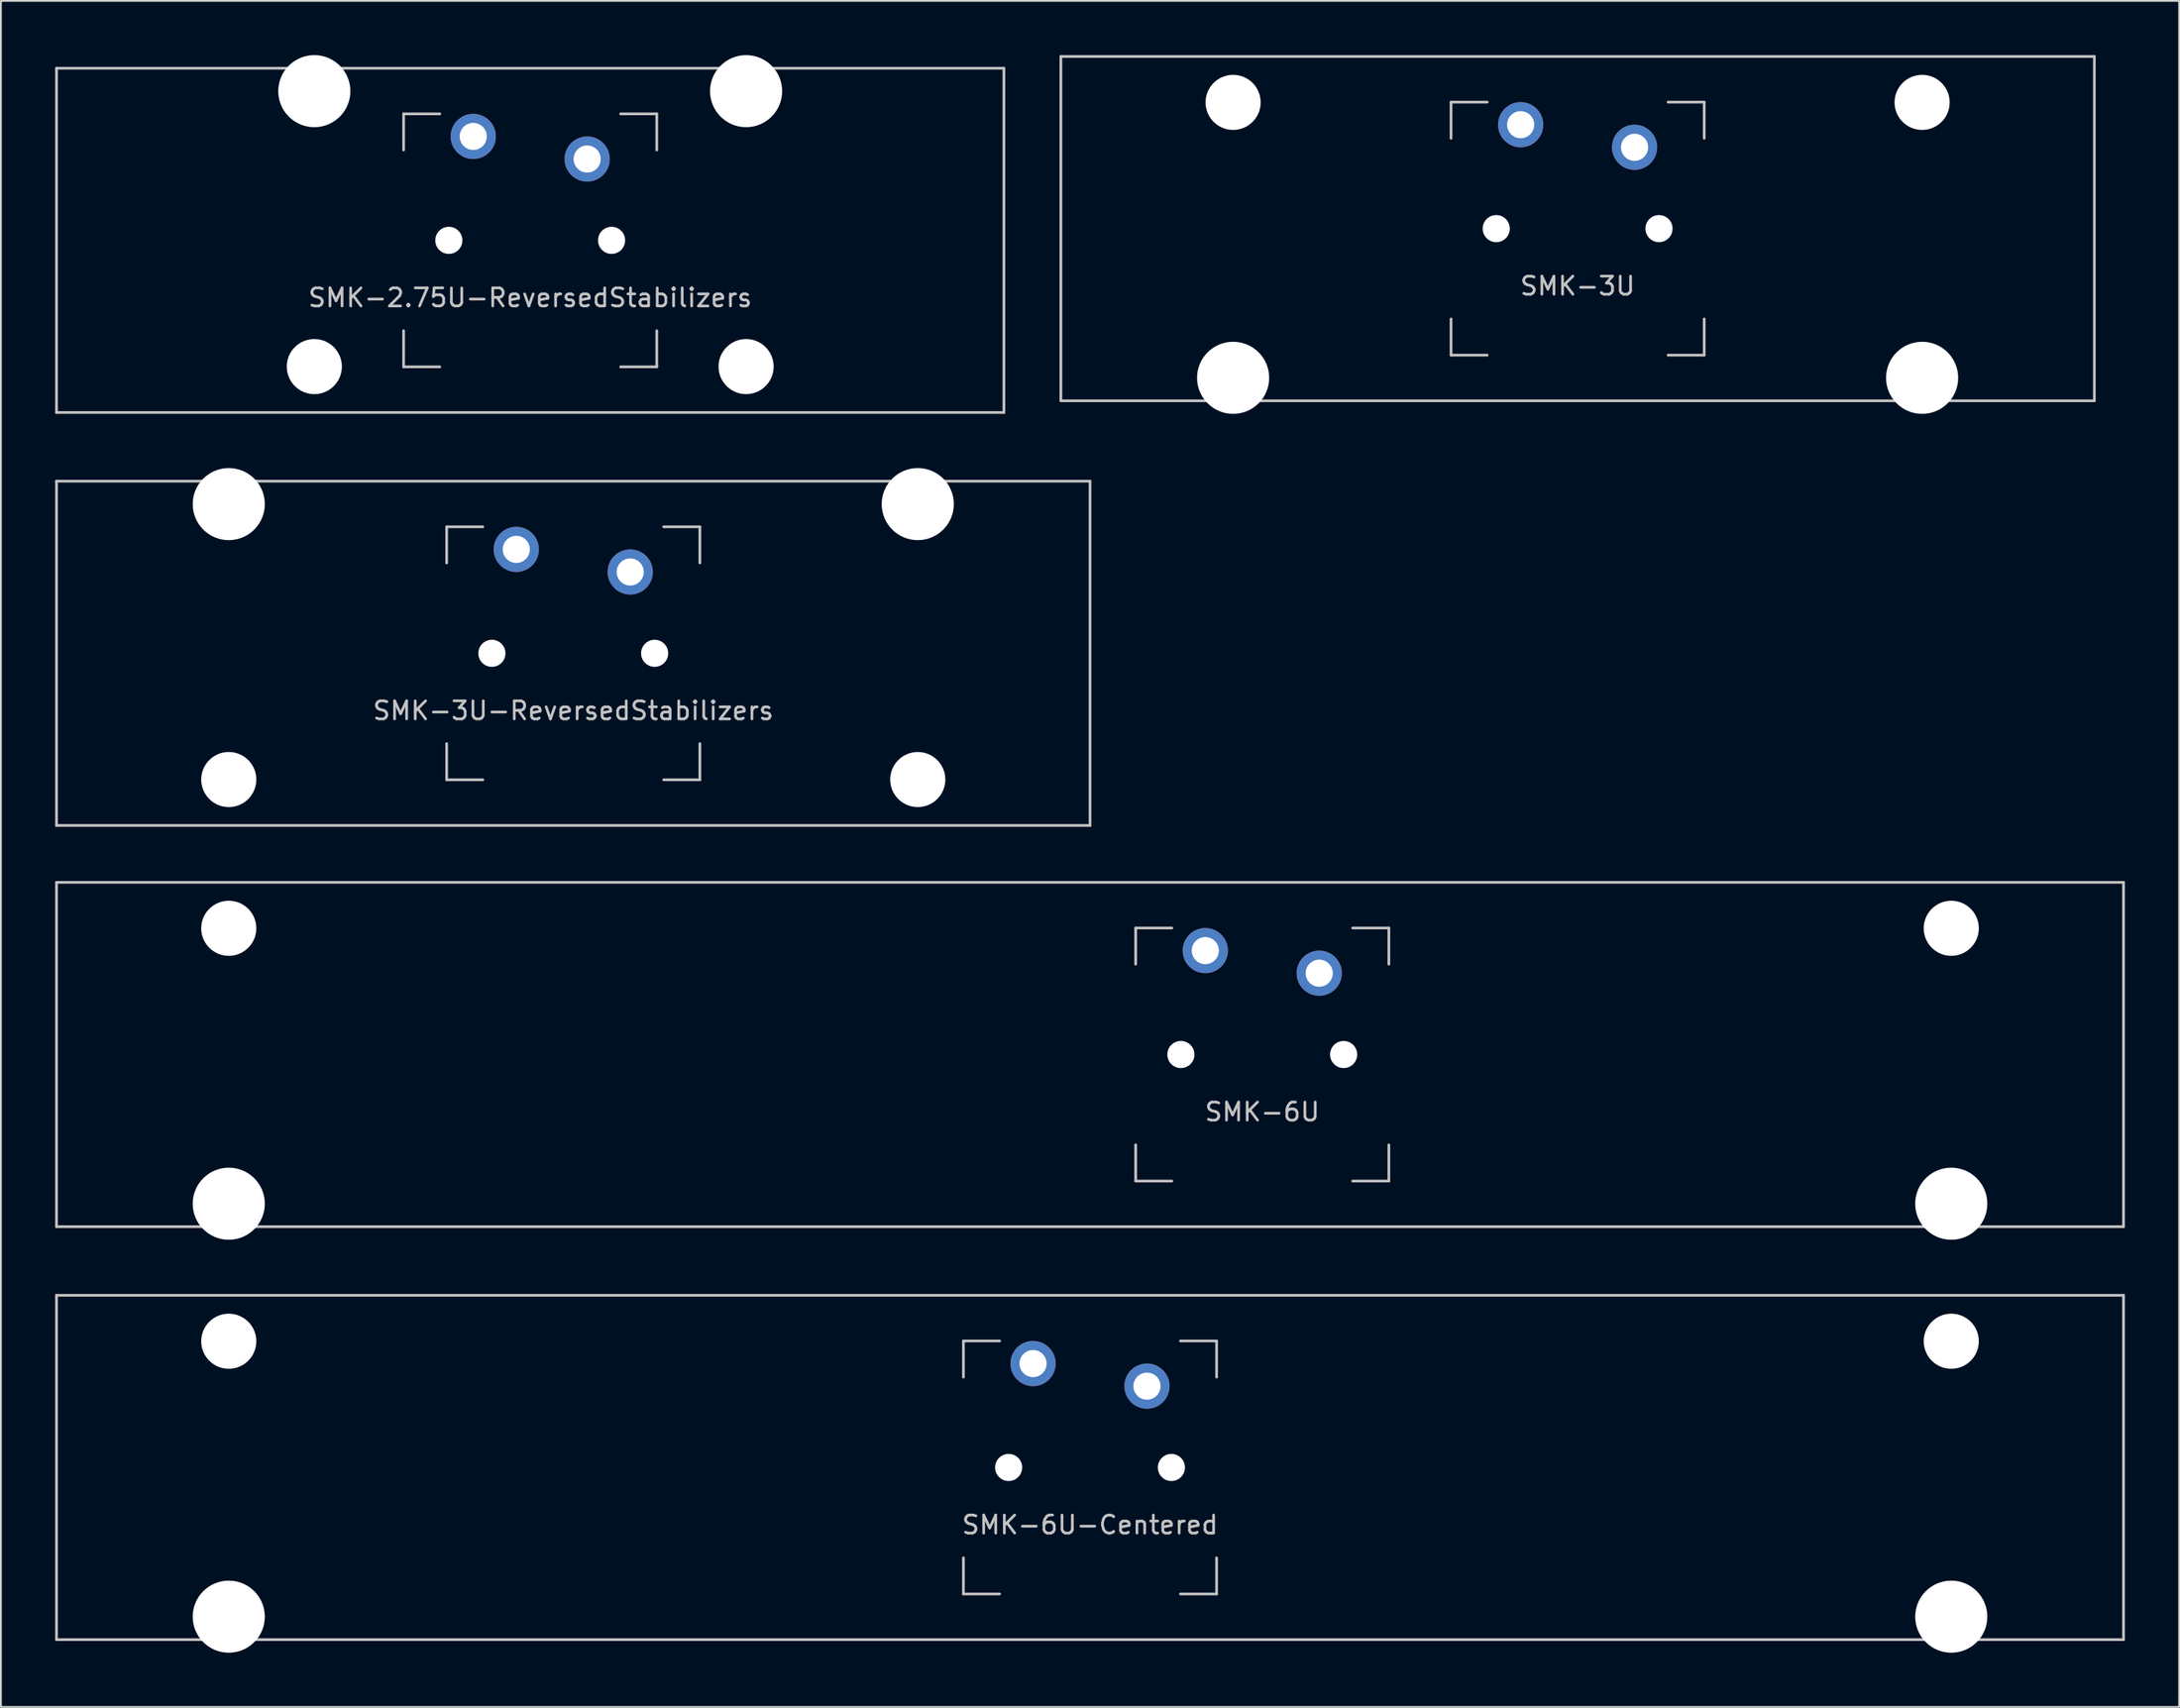
<source format=kicad_pcb>
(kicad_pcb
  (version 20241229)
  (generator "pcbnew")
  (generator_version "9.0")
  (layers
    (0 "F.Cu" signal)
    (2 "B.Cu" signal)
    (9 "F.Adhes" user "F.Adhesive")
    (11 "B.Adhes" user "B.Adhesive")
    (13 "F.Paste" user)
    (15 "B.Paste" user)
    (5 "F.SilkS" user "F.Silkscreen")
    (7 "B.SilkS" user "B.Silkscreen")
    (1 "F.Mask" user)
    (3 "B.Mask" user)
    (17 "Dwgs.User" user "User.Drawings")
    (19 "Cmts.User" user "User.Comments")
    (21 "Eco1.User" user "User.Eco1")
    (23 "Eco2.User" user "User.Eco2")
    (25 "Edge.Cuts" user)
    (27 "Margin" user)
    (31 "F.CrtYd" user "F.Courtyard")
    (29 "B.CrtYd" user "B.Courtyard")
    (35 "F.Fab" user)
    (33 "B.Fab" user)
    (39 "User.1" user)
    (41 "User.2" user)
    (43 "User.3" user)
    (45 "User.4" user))
  (footprint "SMK-3U-ReversedStabilizers"
    (layer "F.Cu")
    (at 28.65 33.098)
    (property "Reference" "SMK-3U-ReversedStabilizers" (at 0 3.175 0) (layer "Dwgs.User") (effects (font (size 1 1) (thickness 0.15))))
    (attr through_hole)
    (fp_line (start -28.575 -9.525) (end 28.575 -9.525) (stroke (width 0.15) (type solid)) (layer "Dwgs.User"))
    (fp_line (start -28.575 9.525) (end -28.575 -9.525) (stroke (width 0.15) (type solid)) (layer "Dwgs.User"))
    (fp_line (start -28.575 9.525) (end 28.575 9.525) (stroke (width 0.15) (type solid)) (layer "Dwgs.User"))
    (fp_line (start -7 -7) (end -7 -5) (stroke (width 0.15) (type solid)) (layer "Dwgs.User"))
    (fp_line (start -7 5) (end -7 7) (stroke (width 0.15) (type solid)) (layer "Dwgs.User"))
    (fp_line (start -7 7) (end -5 7) (stroke (width 0.15) (type solid)) (layer "Dwgs.User"))
    (fp_line (start -5 -7) (end -7 -7) (stroke (width 0.15) (type solid)) (layer "Dwgs.User"))
    (fp_line (start 5 -7) (end 7 -7) (stroke (width 0.15) (type solid)) (layer "Dwgs.User"))
    (fp_line (start 5 7) (end 7 7) (stroke (width 0.15) (type solid)) (layer "Dwgs.User"))
    (fp_line (start 7 -7) (end 7 -5) (stroke (width 0.15) (type solid)) (layer "Dwgs.User"))
    (fp_line (start 7 7) (end 7 5) (stroke (width 0.15) (type solid)) (layer "Dwgs.User"))
    (fp_line (start 28.575 -9.525) (end 28.575 9.525) (stroke (width 0.15) (type solid)) (layer "Dwgs.User"))
    (pad "" np_thru_hole circle (at -19.05 -8.255) (size 3.988 3.988) (drill 3.988) (layers "*.Cu" "*.Mask"))
    (pad "" np_thru_hole circle (at -19.05 6.985) (size 3.048 3.048) (drill 3.048) (layers "*.Cu" "*.Mask"))
    (pad "" np_thru_hole circle (at -4.5 0) (size 1.5 1.5) (drill 1.5) (layers "*.Cu" "*.Mask"))
    (pad "" np_thru_hole circle (at 4.5 0) (size 1.5 1.5) (drill 1.5) (layers "*.Cu" "*.Mask"))
    (pad "" np_thru_hole circle (at 19.05 -8.255) (size 3.988 3.988) (drill 3.988) (layers "*.Cu" "*.Mask"))
    (pad "" np_thru_hole circle (at 19.05 6.985) (size 3.048 3.048) (drill 3.048) (layers "*.Cu" "*.Mask"))
    (pad "SW1" thru_hole circle (at -3.15 -5.75) (size 2.5 2.5) (drill 1.5) (layers "*.Cu" "*.Mask"))
    (pad "SW2" thru_hole circle (at 3.15 -4.5) (size 2.5 2.5) (drill 1.5) (layers "*.Cu" "*.Mask")))
  (footprint "SMK-3U"
    (layer "F.Cu")
    (at 84.188 9.6)
    (property "Reference" "SMK-3U" (at 0 3.175 0) (layer "Dwgs.User") (effects (font (size 1 1) (thickness 0.15))))
    (attr through_hole)
    (fp_line (start -28.575 -9.525) (end 28.575 -9.525) (stroke (width 0.15) (type solid)) (layer "Dwgs.User"))
    (fp_line (start -28.575 9.525) (end -28.575 -9.525) (stroke (width 0.15) (type solid)) (layer "Dwgs.User"))
    (fp_line (start -28.575 9.525) (end 28.575 9.525) (stroke (width 0.15) (type solid)) (layer "Dwgs.User"))
    (fp_line (start -7 -7) (end -7 -5) (stroke (width 0.15) (type solid)) (layer "Dwgs.User"))
    (fp_line (start -7 5) (end -7 7) (stroke (width 0.15) (type solid)) (layer "Dwgs.User"))
    (fp_line (start -7 7) (end -5 7) (stroke (width 0.15) (type solid)) (layer "Dwgs.User"))
    (fp_line (start -5 -7) (end -7 -7) (stroke (width 0.15) (type solid)) (layer "Dwgs.User"))
    (fp_line (start 5 -7) (end 7 -7) (stroke (width 0.15) (type solid)) (layer "Dwgs.User"))
    (fp_line (start 5 7) (end 7 7) (stroke (width 0.15) (type solid)) (layer "Dwgs.User"))
    (fp_line (start 7 -7) (end 7 -5) (stroke (width 0.15) (type solid)) (layer "Dwgs.User"))
    (fp_line (start 7 7) (end 7 5) (stroke (width 0.15) (type solid)) (layer "Dwgs.User"))
    (fp_line (start 28.575 -9.525) (end 28.575 9.525) (stroke (width 0.15) (type solid)) (layer "Dwgs.User"))
    (pad "" np_thru_hole circle (at -19.05 -6.985) (size 3.048 3.048) (drill 3.048) (layers "*.Cu" "*.Mask"))
    (pad "" np_thru_hole circle (at -19.05 8.255) (size 3.988 3.988) (drill 3.988) (layers "*.Cu" "*.Mask"))
    (pad "" np_thru_hole circle (at -4.5 0) (size 1.5 1.5) (drill 1.5) (layers "*.Cu" "*.Mask"))
    (pad "" np_thru_hole circle (at 4.5 0) (size 1.5 1.5) (drill 1.5) (layers "*.Cu" "*.Mask"))
    (pad "" np_thru_hole circle (at 19.05 -6.985) (size 3.048 3.048) (drill 3.048) (layers "*.Cu" "*.Mask"))
    (pad "" np_thru_hole circle (at 19.05 8.255) (size 3.988 3.988) (drill 3.988) (layers "*.Cu" "*.Mask"))
    (pad "SW1" thru_hole circle (at -3.15 -5.75) (size 2.5 2.5) (drill 1.5) (layers "*.Cu" "*.Mask"))
    (pad "SW2" thru_hole circle (at 3.15 -4.5) (size 2.5 2.5) (drill 1.5) (layers "*.Cu" "*.Mask")))
  (footprint "SMK-6U"
    (layer "F.Cu")
    (at 57.225 55.298)
    (property "Reference" "SMK-6U" (at 9.525 3.175 0) (layer "Dwgs.User") (effects (font (size 1 1) (thickness 0.15))))
    (attr through_hole)
    (fp_line (start -57.15 -9.525) (end 57.15 -9.525) (stroke (width 0.15) (type solid)) (layer "Dwgs.User"))
    (fp_line (start -57.15 9.525) (end -57.15 -9.525) (stroke (width 0.15) (type solid)) (layer "Dwgs.User"))
    (fp_line (start -57.15 9.525) (end 57.15 9.525) (stroke (width 0.15) (type solid)) (layer "Dwgs.User"))
    (fp_line (start 2.525 -7) (end 2.525 -5) (stroke (width 0.15) (type solid)) (layer "Dwgs.User"))
    (fp_line (start 2.525 5) (end 2.525 7) (stroke (width 0.15) (type solid)) (layer "Dwgs.User"))
    (fp_line (start 2.525 7) (end 4.525 7) (stroke (width 0.15) (type solid)) (layer "Dwgs.User"))
    (fp_line (start 4.525 -7) (end 2.525 -7) (stroke (width 0.15) (type solid)) (layer "Dwgs.User"))
    (fp_line (start 14.525 -7) (end 16.525 -7) (stroke (width 0.15) (type solid)) (layer "Dwgs.User"))
    (fp_line (start 14.525 7) (end 16.525 7) (stroke (width 0.15) (type solid)) (layer "Dwgs.User"))
    (fp_line (start 16.525 -7) (end 16.525 -5) (stroke (width 0.15) (type solid)) (layer "Dwgs.User"))
    (fp_line (start 16.525 7) (end 16.525 5) (stroke (width 0.15) (type solid)) (layer "Dwgs.User"))
    (fp_line (start 57.15 -9.525) (end 57.15 9.525) (stroke (width 0.15) (type solid)) (layer "Dwgs.User"))
    (pad "" np_thru_hole circle (at -47.625 -6.985) (size 3.048 3.048) (drill 3.048) (layers "*.Cu" "*.Mask"))
    (pad "" np_thru_hole circle (at -47.625 8.255) (size 3.988 3.988) (drill 3.988) (layers "*.Cu" "*.Mask"))
    (pad "" np_thru_hole circle (at 5.025 0) (size 1.5 1.5) (drill 1.5) (layers "*.Cu" "*.Mask"))
    (pad "" np_thru_hole circle (at 14.025 0) (size 1.5 1.5) (drill 1.5) (layers "*.Cu" "*.Mask"))
    (pad "" np_thru_hole circle (at 47.625 -6.985) (size 3.048 3.048) (drill 3.048) (layers "*.Cu" "*.Mask"))
    (pad "" np_thru_hole circle (at 47.625 8.255) (size 3.988 3.988) (drill 3.988) (layers "*.Cu" "*.Mask"))
    (pad "SW1" thru_hole circle (at 6.375 -5.75) (size 2.5 2.5) (drill 1.5) (layers "*.Cu" "*.Mask"))
    (pad "SW2" thru_hole circle (at 12.675 -4.5) (size 2.5 2.5) (drill 1.5) (layers "*.Cu" "*.Mask")))
  (footprint "SMK-6U-Centered"
    (layer "F.Cu")
    (at 57.225 78.147)
    (property "Reference" "SMK-6U-Centered" (at 0 3.175 0) (layer "Dwgs.User") (effects (font (size 1 1) (thickness 0.15))))
    (attr through_hole)
    (fp_line (start -57.15 -9.525) (end 57.15 -9.525) (stroke (width 0.15) (type solid)) (layer "Dwgs.User"))
    (fp_line (start -57.15 9.525) (end -57.15 -9.525) (stroke (width 0.15) (type solid)) (layer "Dwgs.User"))
    (fp_line (start -57.15 9.525) (end 57.15 9.525) (stroke (width 0.15) (type solid)) (layer "Dwgs.User"))
    (fp_line (start -7 -7) (end -7 -5) (stroke (width 0.15) (type solid)) (layer "Dwgs.User"))
    (fp_line (start -7 5) (end -7 7) (stroke (width 0.15) (type solid)) (layer "Dwgs.User"))
    (fp_line (start -7 7) (end -5 7) (stroke (width 0.15) (type solid)) (layer "Dwgs.User"))
    (fp_line (start -5 -7) (end -7 -7) (stroke (width 0.15) (type solid)) (layer "Dwgs.User"))
    (fp_line (start 5 -7) (end 7 -7) (stroke (width 0.15) (type solid)) (layer "Dwgs.User"))
    (fp_line (start 5 7) (end 7 7) (stroke (width 0.15) (type solid)) (layer "Dwgs.User"))
    (fp_line (start 7 -7) (end 7 -5) (stroke (width 0.15) (type solid)) (layer "Dwgs.User"))
    (fp_line (start 7 7) (end 7 5) (stroke (width 0.15) (type solid)) (layer "Dwgs.User"))
    (fp_line (start 57.15 -9.525) (end 57.15 9.525) (stroke (width 0.15) (type solid)) (layer "Dwgs.User"))
    (pad "" np_thru_hole circle (at -47.625 -6.985) (size 3.048 3.048) (drill 3.048) (layers "*.Cu" "*.Mask"))
    (pad "" np_thru_hole circle (at -47.625 8.255) (size 3.988 3.988) (drill 3.988) (layers "*.Cu" "*.Mask"))
    (pad "" np_thru_hole circle (at -4.5 0) (size 1.5 1.5) (drill 1.5) (layers "*.Cu" "*.Mask"))
    (pad "" np_thru_hole circle (at 4.5 0) (size 1.5 1.5) (drill 1.5) (layers "*.Cu" "*.Mask"))
    (pad "" np_thru_hole circle (at 47.625 -6.985) (size 3.048 3.048) (drill 3.048) (layers "*.Cu" "*.Mask"))
    (pad "" np_thru_hole circle (at 47.625 8.255) (size 3.988 3.988) (drill 3.988) (layers "*.Cu" "*.Mask"))
    (pad "SW1" thru_hole circle (at -3.15 -5.75) (size 2.5 2.5) (drill 1.5) (layers "*.Cu" "*.Mask"))
    (pad "SW2" thru_hole circle (at 3.15 -4.5) (size 2.5 2.5) (drill 1.5) (layers "*.Cu" "*.Mask")))
  (footprint "SMK-2.75U-ReversedStabilizers"
    (layer "F.Cu")
    (at 26.269 10.249)
    (property "Reference" "SMK-2.75U-ReversedStabilizers" (at 0 3.175 0) (layer "Dwgs.User") (effects (font (size 1 1) (thickness 0.15))))
    (attr through_hole)
    (fp_line (start -26.194 -9.525) (end 26.194 -9.525) (stroke (width 0.15) (type solid)) (layer "Dwgs.User"))
    (fp_line (start -26.194 9.525) (end -26.194 -9.525) (stroke (width 0.15) (type solid)) (layer "Dwgs.User"))
    (fp_line (start -26.194 9.525) (end 26.194 9.525) (stroke (width 0.15) (type solid)) (layer "Dwgs.User"))
    (fp_line (start -7 -7) (end -7 -5) (stroke (width 0.15) (type solid)) (layer "Dwgs.User"))
    (fp_line (start -7 5) (end -7 7) (stroke (width 0.15) (type solid)) (layer "Dwgs.User"))
    (fp_line (start -7 7) (end -5 7) (stroke (width 0.15) (type solid)) (layer "Dwgs.User"))
    (fp_line (start -5 -7) (end -7 -7) (stroke (width 0.15) (type solid)) (layer "Dwgs.User"))
    (fp_line (start 5 -7) (end 7 -7) (stroke (width 0.15) (type solid)) (layer "Dwgs.User"))
    (fp_line (start 5 7) (end 7 7) (stroke (width 0.15) (type solid)) (layer "Dwgs.User"))
    (fp_line (start 7 -7) (end 7 -5) (stroke (width 0.15) (type solid)) (layer "Dwgs.User"))
    (fp_line (start 7 7) (end 7 5) (stroke (width 0.15) (type solid)) (layer "Dwgs.User"))
    (fp_line (start 26.194 -9.525) (end 26.194 9.525) (stroke (width 0.15) (type solid)) (layer "Dwgs.User"))
    (pad "" np_thru_hole circle (at -11.938 -8.255) (size 3.988 3.988) (drill 3.988) (layers "*.Cu" "*.Mask"))
    (pad "" np_thru_hole circle (at -11.938 6.985) (size 3.048 3.048) (drill 3.048) (layers "*.Cu" "*.Mask"))
    (pad "" np_thru_hole circle (at -4.5 0) (size 1.5 1.5) (drill 1.5) (layers "*.Cu" "*.Mask"))
    (pad "" np_thru_hole circle (at 4.5 0) (size 1.5 1.5) (drill 1.5) (layers "*.Cu" "*.Mask"))
    (pad "" np_thru_hole circle (at 11.938 -8.255) (size 3.988 3.988) (drill 3.988) (layers "*.Cu" "*.Mask"))
    (pad "" np_thru_hole circle (at 11.938 6.985) (size 3.048 3.048) (drill 3.048) (layers "*.Cu" "*.Mask"))
    (pad "SW1" thru_hole circle (at -3.15 -5.75) (size 2.5 2.5) (drill 1.5) (layers "*.Cu" "*.Mask"))
    (pad "SW2" thru_hole circle (at 3.15 -4.5) (size 2.5 2.5) (drill 1.5) (layers "*.Cu" "*.Mask")))
  (gr_rect
    (start -3 -3)
    (end 117.45 91.396)
    (stroke (width 0.1) (type default))
    (fill no)
    (layer "Edge.Cuts")))
</source>
